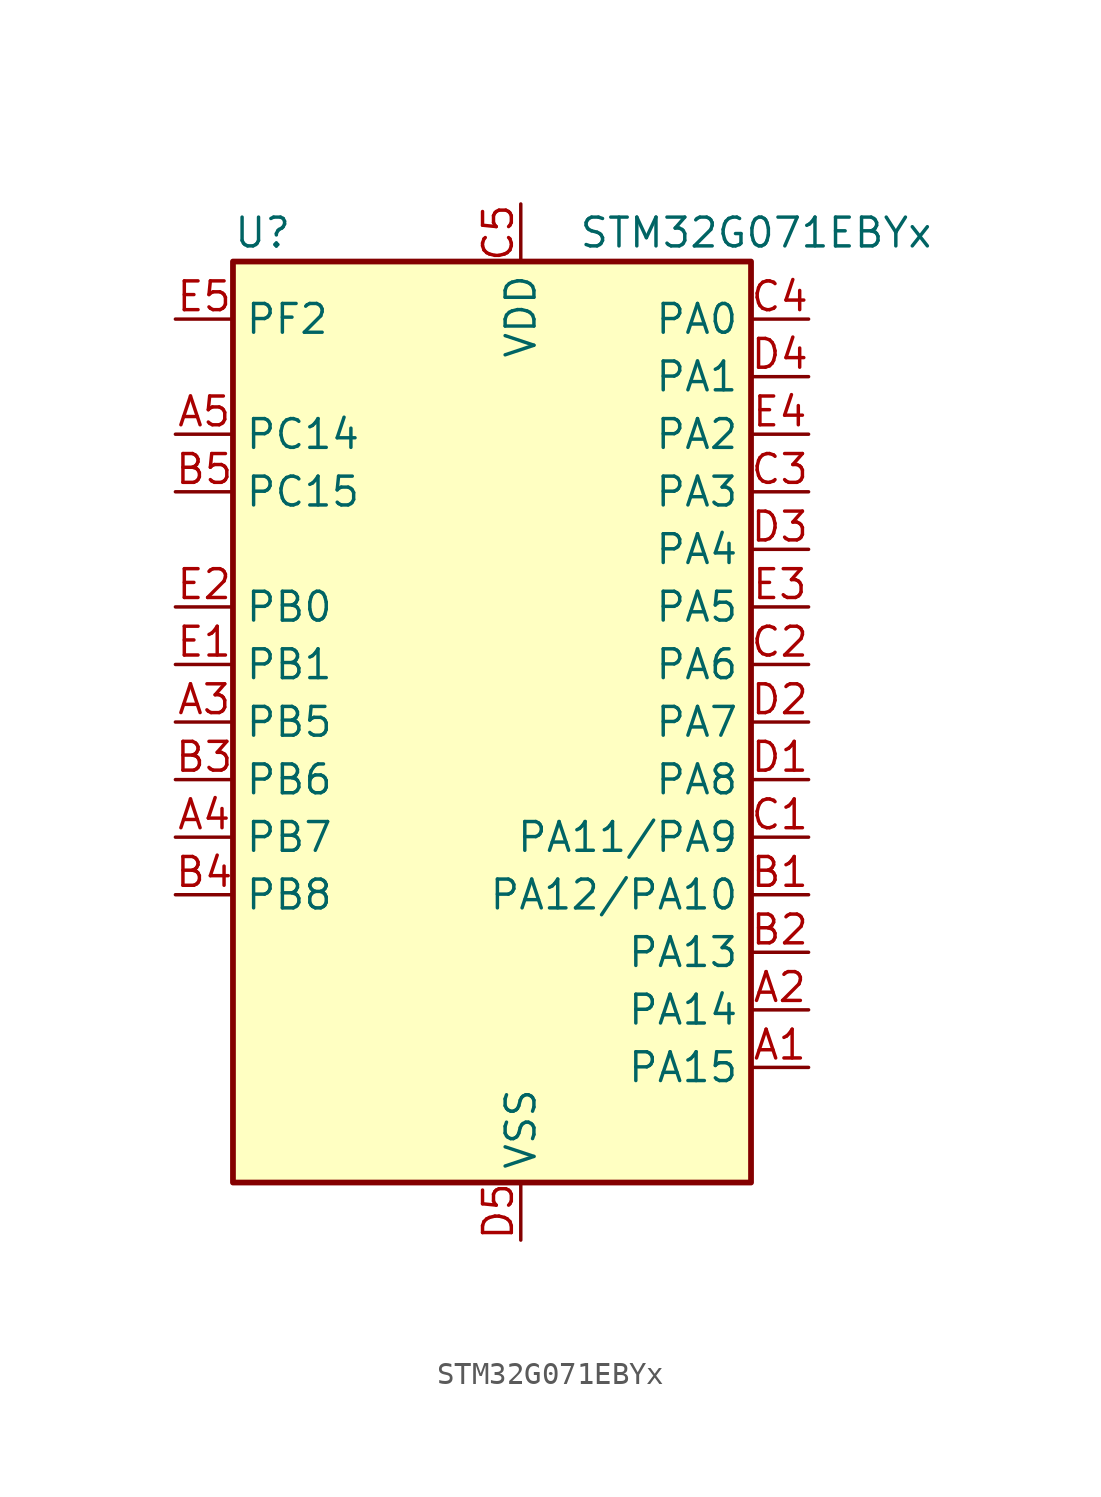
<source format=kicad_sym>
(kicad_symbol_lib
  (version 20220914)
  (generator kicad_symbol_editor)
  (symbol "STM32G071EBYx"
    (property "Reference" "U"
      (at -10.16 21.59 0)
      (effects (font (size 1.27 1.27)) (justify left)))
    (property "Value" "STM32G071EBYx"
      (at 5.08 21.59 0)
      (effects (font (size 1.27 1.27)) (justify left)))
    (property "ki_locked" ""
      (at 0 0 0)
      (effects (font (size 1.27 1.27))))
    (symbol "STM32G071EBYx_0_1"
      (rectangle (start -10.16 -20.32) (end 12.7 20.32) (stroke (width 0.254) (type default)) (fill (type background))))
    (symbol "STM32G071EBYx_1_1"
      (pin bidirectional line (at 15.24 -15.24 180) (length 2.54) (name "PA15" (effects (font (size 1.27 1.27)))) (number "A1" (effects (font (size 1.27 1.27)))) (alternate "I2S1_WS" bidirectional line) (alternate "SPI1_NSS" bidirectional line) (alternate "TIM2_CH1" bidirectional line) (alternate "TIM2_ETR" bidirectional line) (alternate "USART2_RX" bidirectional line) (alternate "USART3_CK" bidirectional line) (alternate "USART3_DE" bidirectional line) (alternate "USART3_RTS" bidirectional line) (alternate "USART4_CK" bidirectional line) (alternate "USART4_DE" bidirectional line) (alternate "USART4_RTS" bidirectional line))
      (pin bidirectional line (at 15.24 -12.7 180) (length 2.54) (name "PA14" (effects (font (size 1.27 1.27)))) (number "A2" (effects (font (size 1.27 1.27)))) (alternate "SYS_SWCLK" bidirectional line) (alternate "USART2_TX" bidirectional line))
      (pin bidirectional line (at -12.7 0 0) (length 2.54) (name "PB5" (effects (font (size 1.27 1.27)))) (number "A3" (effects (font (size 1.27 1.27)))) (alternate "COMP2_OUT" bidirectional line) (alternate "I2C1_SMBA" bidirectional line) (alternate "I2S1_SD" bidirectional line) (alternate "LPTIM1_IN1" bidirectional line) (alternate "SPI1_MOSI" bidirectional line) (alternate "SYS_WKUP6" bidirectional line) (alternate "TIM16_BK" bidirectional line) (alternate "TIM3_CH2" bidirectional line))
      (pin bidirectional line (at -12.7 -5.08 0) (length 2.54) (name "PB7" (effects (font (size 1.27 1.27)))) (number "A4" (effects (font (size 1.27 1.27)))) (alternate "COMP2_INM" bidirectional line) (alternate "I2C1_SDA" bidirectional line) (alternate "LPTIM1_IN2" bidirectional line) (alternate "SPI2_MOSI" bidirectional line) (alternate "SYS_PVD_IN" bidirectional line) (alternate "TIM17_CH1N" bidirectional line) (alternate "USART1_RX" bidirectional line) (alternate "USART4_CTS" bidirectional line) (alternate "USART4_NSS" bidirectional line))
      (pin bidirectional line (at -12.7 12.7 0) (length 2.54) (name "PC14" (effects (font (size 1.27 1.27)))) (number "A5" (effects (font (size 1.27 1.27)))) (alternate "RCC_OSC32_IN" bidirectional line) (alternate "RCC_OSC_IN" bidirectional line) (alternate "TIM1_BK2" bidirectional line))
      (pin bidirectional line (at 15.24 -7.62 180) (length 2.54) (name "PA12/PA10" (effects (font (size 1.27 1.27)))) (number "B1" (effects (font (size 1.27 1.27)))) (alternate "COMP2_OUT" bidirectional line) (alternate "I2C2_SDA" bidirectional line) (alternate "I2S1_SD" bidirectional line) (alternate "I2S_CKIN" bidirectional line) (alternate "SPI1_MOSI" bidirectional line) (alternate "TIM1_ETR" bidirectional line) (alternate "USART1_CK" bidirectional line) (alternate "USART1_DE" bidirectional line) (alternate "USART1_RTS" bidirectional line))
      (pin bidirectional line (at 15.24 -10.16 180) (length 2.54) (name "PA13" (effects (font (size 1.27 1.27)))) (number "B2" (effects (font (size 1.27 1.27)))) (alternate "IR_OUT" bidirectional line) (alternate "SYS_SWDIO" bidirectional line))
      (pin bidirectional line (at -12.7 -2.54 0) (length 2.54) (name "PB6" (effects (font (size 1.27 1.27)))) (number "B3" (effects (font (size 1.27 1.27)))) (alternate "COMP2_INP" bidirectional line) (alternate "I2C1_SCL" bidirectional line) (alternate "LPTIM1_ETR" bidirectional line) (alternate "SPI2_MISO" bidirectional line) (alternate "TIM16_CH1N" bidirectional line) (alternate "TIM1_CH3" bidirectional line) (alternate "USART1_TX" bidirectional line))
      (pin bidirectional line (at -12.7 -7.62 0) (length 2.54) (name "PB8" (effects (font (size 1.27 1.27)))) (number "B4" (effects (font (size 1.27 1.27)))) (alternate "CEC" bidirectional line) (alternate "I2C1_SCL" bidirectional line) (alternate "SPI2_SCK" bidirectional line) (alternate "TIM15_BK" bidirectional line) (alternate "TIM16_CH1" bidirectional line) (alternate "USART3_TX" bidirectional line))
      (pin bidirectional line (at -12.7 10.16 0) (length 2.54) (name "PC15" (effects (font (size 1.27 1.27)))) (number "B5" (effects (font (size 1.27 1.27)))) (alternate "RCC_OSC32_EN" bidirectional line) (alternate "RCC_OSC32_OUT" bidirectional line) (alternate "RCC_OSC_EN" bidirectional line) (alternate "TIM15_BK" bidirectional line))
      (pin bidirectional line (at 15.24 -5.08 180) (length 2.54) (name "PA11/PA9" (effects (font (size 1.27 1.27)))) (number "C1" (effects (font (size 1.27 1.27)))) (alternate "ADC1_EXTI11" bidirectional line) (alternate "COMP1_OUT" bidirectional line) (alternate "I2C2_SCL" bidirectional line) (alternate "I2S1_MCK" bidirectional line) (alternate "SPI1_MISO" bidirectional line) (alternate "TIM1_BK2" bidirectional line) (alternate "TIM1_CH4" bidirectional line) (alternate "USART1_CTS" bidirectional line) (alternate "USART1_NSS" bidirectional line))
      (pin bidirectional line (at 15.24 2.54 180) (length 2.54) (name "PA6" (effects (font (size 1.27 1.27)))) (number "C2" (effects (font (size 1.27 1.27)))) (alternate "ADC1_IN6" bidirectional line) (alternate "COMP1_OUT" bidirectional line) (alternate "I2S1_MCK" bidirectional line) (alternate "LPUART1_CTS" bidirectional line) (alternate "SPI1_MISO" bidirectional line) (alternate "TIM16_CH1" bidirectional line) (alternate "TIM1_BK" bidirectional line) (alternate "TIM3_CH1" bidirectional line) (alternate "USART3_CTS" bidirectional line) (alternate "USART3_NSS" bidirectional line))
      (pin bidirectional line (at 15.24 10.16 180) (length 2.54) (name "PA3" (effects (font (size 1.27 1.27)))) (number "C3" (effects (font (size 1.27 1.27)))) (alternate "ADC1_IN3" bidirectional line) (alternate "COMP2_INP" bidirectional line) (alternate "LPUART1_RX" bidirectional line) (alternate "SPI2_MISO" bidirectional line) (alternate "TIM15_CH2" bidirectional line) (alternate "TIM2_CH4" bidirectional line) (alternate "USART2_RX" bidirectional line))
      (pin bidirectional line (at 15.24 17.78 180) (length 2.54) (name "PA0" (effects (font (size 1.27 1.27)))) (number "C4" (effects (font (size 1.27 1.27)))) (alternate "ADC1_IN0" bidirectional line) (alternate "COMP1_INM" bidirectional line) (alternate "COMP1_OUT" bidirectional line) (alternate "LPTIM1_OUT" bidirectional line) (alternate "RTC_TAMP_IN2" bidirectional line) (alternate "SPI2_SCK" bidirectional line) (alternate "SYS_WKUP1" bidirectional line) (alternate "TIM2_CH1" bidirectional line) (alternate "TIM2_ETR" bidirectional line) (alternate "USART2_CTS" bidirectional line) (alternate "USART2_NSS" bidirectional line) (alternate "USART4_TX" bidirectional line))
      (pin power_in line (at 2.54 22.86 270) (length 2.54) (name "VDD" (effects (font (size 1.27 1.27)))) (number "C5" (effects (font (size 1.27 1.27)))))
      (pin bidirectional line (at 15.24 -2.54 180) (length 2.54) (name "PA8" (effects (font (size 1.27 1.27)))) (number "D1" (effects (font (size 1.27 1.27)))) (alternate "LPTIM2_OUT" bidirectional line) (alternate "RCC_MCO" bidirectional line) (alternate "SPI2_NSS" bidirectional line) (alternate "TIM1_CH1" bidirectional line) (alternate "UCPD1_CC1" bidirectional line))
      (pin bidirectional line (at 15.24 0 180) (length 2.54) (name "PA7" (effects (font (size 1.27 1.27)))) (number "D2" (effects (font (size 1.27 1.27)))) (alternate "ADC1_IN7" bidirectional line) (alternate "COMP2_OUT" bidirectional line) (alternate "I2S1_SD" bidirectional line) (alternate "SPI1_MOSI" bidirectional line) (alternate "TIM14_CH1" bidirectional line) (alternate "TIM17_CH1" bidirectional line) (alternate "TIM1_CH1N" bidirectional line) (alternate "TIM3_CH2" bidirectional line) (alternate "UCPD1_FRSTX1" bidirectional line) (alternate "UCPD1_FRSTX2" bidirectional line))
      (pin bidirectional line (at 15.24 7.62 180) (length 2.54) (name "PA4" (effects (font (size 1.27 1.27)))) (number "D3" (effects (font (size 1.27 1.27)))) (alternate "ADC1_IN4" bidirectional line) (alternate "DAC1_OUT1" bidirectional line) (alternate "I2S1_WS" bidirectional line) (alternate "LPTIM2_OUT" bidirectional line) (alternate "RTC_OUT_ALARM" bidirectional line) (alternate "RTC_OUT_CALIB" bidirectional line) (alternate "RTC_TAMP_IN1" bidirectional line) (alternate "RTC_TS" bidirectional line) (alternate "SPI1_NSS" bidirectional line) (alternate "SPI2_MOSI" bidirectional line) (alternate "SYS_WKUP2" bidirectional line) (alternate "TIM14_CH1" bidirectional line))
      (pin bidirectional line (at 15.24 15.24 180) (length 2.54) (name "PA1" (effects (font (size 1.27 1.27)))) (number "D4" (effects (font (size 1.27 1.27)))) (alternate "ADC1_IN1" bidirectional line) (alternate "COMP1_INP" bidirectional line) (alternate "I2C1_SMBA" bidirectional line) (alternate "I2S1_CK" bidirectional line) (alternate "SPI1_SCK" bidirectional line) (alternate "TIM15_CH1N" bidirectional line) (alternate "TIM2_CH2" bidirectional line) (alternate "USART2_CK" bidirectional line) (alternate "USART2_DE" bidirectional line) (alternate "USART2_RTS" bidirectional line) (alternate "USART4_RX" bidirectional line))
      (pin power_in line (at 2.54 -22.86 90) (length 2.54) (name "VSS" (effects (font (size 1.27 1.27)))) (number "D5" (effects (font (size 1.27 1.27)))))
      (pin bidirectional line (at -12.7 2.54 0) (length 2.54) (name "PB1" (effects (font (size 1.27 1.27)))) (number "E1" (effects (font (size 1.27 1.27)))) (alternate "ADC1_IN9" bidirectional line) (alternate "COMP1_INM" bidirectional line) (alternate "LPTIM2_IN1" bidirectional line) (alternate "LPUART1_DE" bidirectional line) (alternate "LPUART1_RTS" bidirectional line) (alternate "TIM14_CH1" bidirectional line) (alternate "TIM1_CH3N" bidirectional line) (alternate "TIM3_CH4" bidirectional line) (alternate "USART3_CK" bidirectional line) (alternate "USART3_DE" bidirectional line) (alternate "USART3_RTS" bidirectional line))
      (pin bidirectional line (at -12.7 5.08 0) (length 2.54) (name "PB0" (effects (font (size 1.27 1.27)))) (number "E2" (effects (font (size 1.27 1.27)))) (alternate "ADC1_IN8" bidirectional line) (alternate "COMP1_OUT" bidirectional line) (alternate "I2S1_WS" bidirectional line) (alternate "LPTIM1_OUT" bidirectional line) (alternate "SPI1_NSS" bidirectional line) (alternate "TIM1_CH2N" bidirectional line) (alternate "TIM3_CH3" bidirectional line) (alternate "UCPD1_FRSTX1" bidirectional line) (alternate "UCPD1_FRSTX2" bidirectional line) (alternate "USART3_RX" bidirectional line))
      (pin bidirectional line (at 15.24 5.08 180) (length 2.54) (name "PA5" (effects (font (size 1.27 1.27)))) (number "E3" (effects (font (size 1.27 1.27)))) (alternate "ADC1_IN5" bidirectional line) (alternate "CEC" bidirectional line) (alternate "DAC1_OUT2" bidirectional line) (alternate "I2S1_CK" bidirectional line) (alternate "LPTIM2_ETR" bidirectional line) (alternate "SPI1_SCK" bidirectional line) (alternate "TIM2_CH1" bidirectional line) (alternate "TIM2_ETR" bidirectional line) (alternate "UCPD1_FRSTX1" bidirectional line) (alternate "UCPD1_FRSTX2" bidirectional line) (alternate "USART3_TX" bidirectional line))
      (pin bidirectional line (at 15.24 12.7 180) (length 2.54) (name "PA2" (effects (font (size 1.27 1.27)))) (number "E4" (effects (font (size 1.27 1.27)))) (alternate "ADC1_IN2" bidirectional line) (alternate "COMP2_INM" bidirectional line) (alternate "COMP2_OUT" bidirectional line) (alternate "I2S1_SD" bidirectional line) (alternate "LPUART1_TX" bidirectional line) (alternate "RCC_LSCO" bidirectional line) (alternate "SPI1_MOSI" bidirectional line) (alternate "SYS_WKUP4" bidirectional line) (alternate "TIM15_CH1" bidirectional line) (alternate "TIM2_CH3" bidirectional line) (alternate "UCPD1_FRSTX1" bidirectional line) (alternate "UCPD1_FRSTX2" bidirectional line) (alternate "USART2_TX" bidirectional line))
      (pin bidirectional line (at -12.7 17.78 0) (length 2.54) (name "PF2" (effects (font (size 1.27 1.27)))) (number "E5" (effects (font (size 1.27 1.27)))) (alternate "RCC_MCO" bidirectional line)))))
</source>
